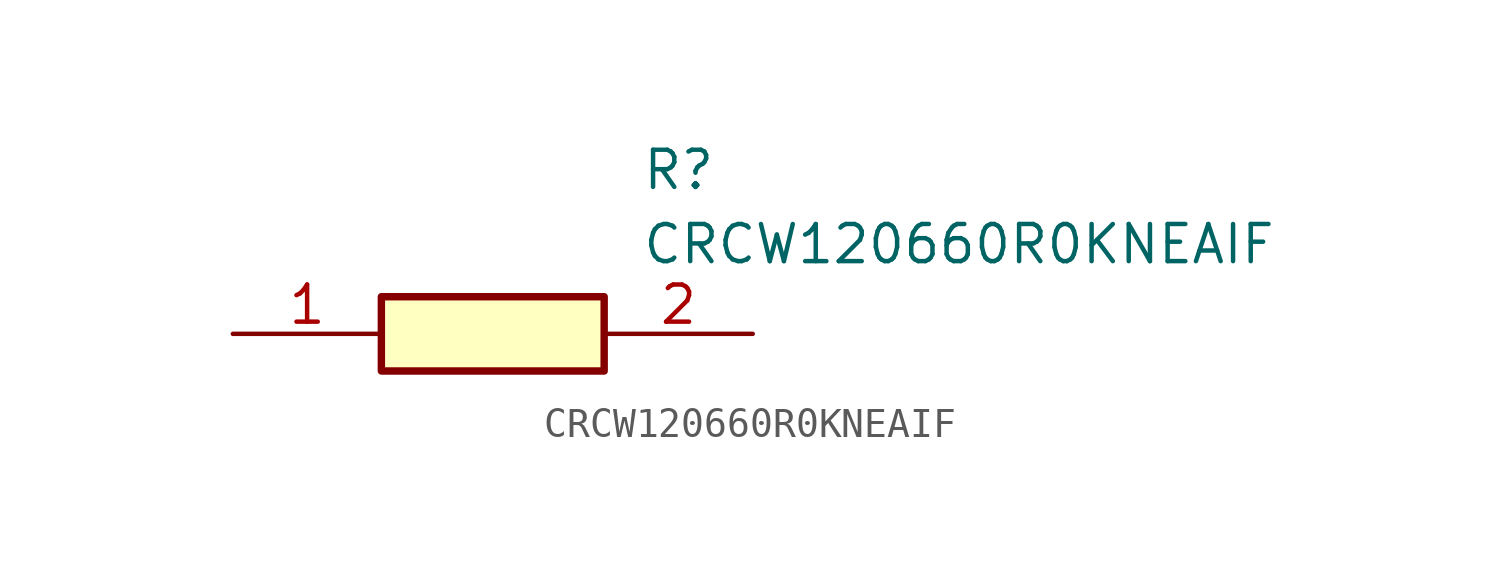
<source format=kicad_sym>
(kicad_symbol_lib
  (version 20211014)
  (generator SamacSys_ECAD_Model)
  (symbol "CRCW120660R0KNEAIF"
    (pin_names hide)
    (property "Reference" "R"
      (at 13.97 6.35 0)
      (effects (font (size 1.27 1.27)) (justify left top)))
    (property "Value" "CRCW120660R0KNEAIF"
      (at 13.97 3.81 0)
      (effects (font (size 1.27 1.27)) (justify left top)))
    (rectangle
      (start 5.08 1.27)
      (end 12.7 -1.27)
      (stroke (width 0.254) (type default))
      (fill (type background)))
    (pin passive line
      (at 0 0 0)
      (length 5.08)
      (name "1" (effects (font (size 1.27 1.27))))
      (number "1" (effects (font (size 1.27 1.27)))))
    (pin passive line
      (at 17.78 0 180)
      (length 5.08)
      (name "2" (effects (font (size 1.27 1.27))))
      (number "2" (effects (font (size 1.27 1.27)))))))
</source>
